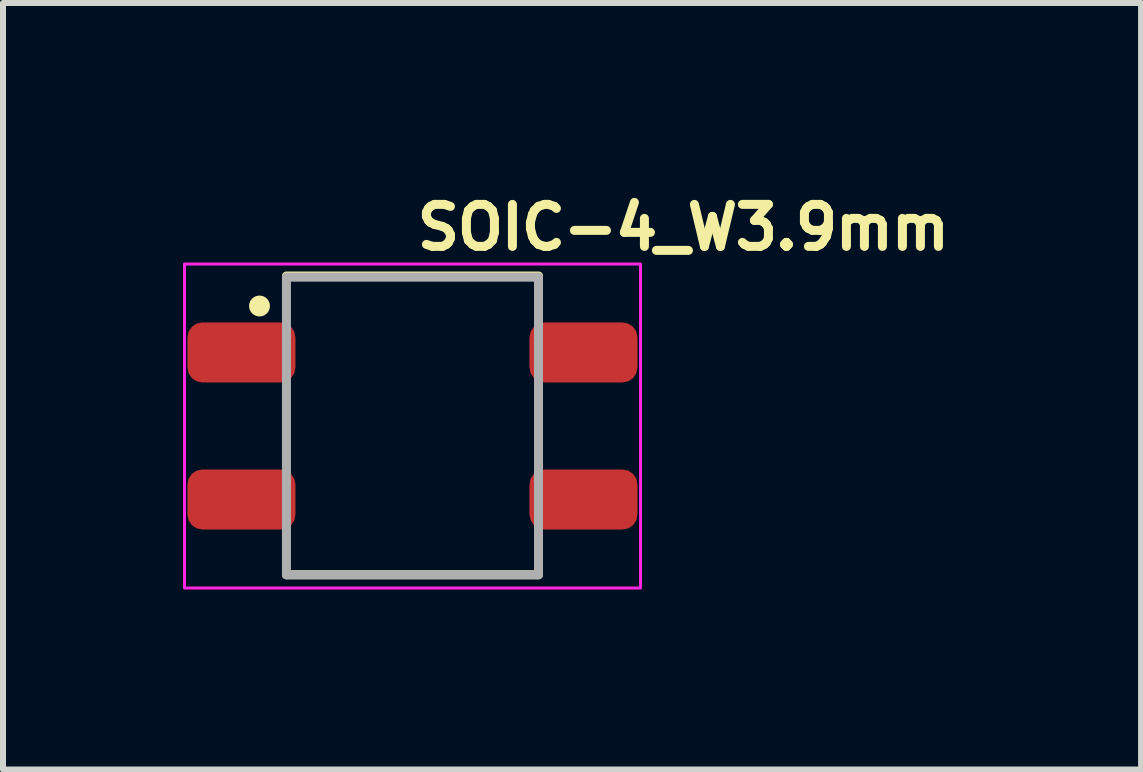
<source format=kicad_pcb>
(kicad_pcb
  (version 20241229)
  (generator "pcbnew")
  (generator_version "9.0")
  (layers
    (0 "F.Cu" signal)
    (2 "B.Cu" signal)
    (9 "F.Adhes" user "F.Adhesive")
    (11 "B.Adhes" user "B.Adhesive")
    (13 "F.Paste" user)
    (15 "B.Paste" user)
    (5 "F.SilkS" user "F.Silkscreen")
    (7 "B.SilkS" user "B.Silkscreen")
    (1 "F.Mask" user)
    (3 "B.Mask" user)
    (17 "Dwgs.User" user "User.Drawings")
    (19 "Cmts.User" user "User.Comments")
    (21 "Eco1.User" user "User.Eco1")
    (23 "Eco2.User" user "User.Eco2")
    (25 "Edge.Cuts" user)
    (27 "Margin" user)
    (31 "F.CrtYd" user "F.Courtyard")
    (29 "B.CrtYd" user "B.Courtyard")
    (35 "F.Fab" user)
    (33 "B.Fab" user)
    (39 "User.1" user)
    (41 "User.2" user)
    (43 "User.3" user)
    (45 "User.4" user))
  (footprint "SOIC-4_W3.9mm"
    (layer "F.Cu")
    (at 3.825 4.05)
    (property "Reference" "SOIC-4_W3.9mm" (at 0 -2.9 0) (layer "F.SilkS") (effects (font (size 0.7 0.7) (thickness 0.15)) (justify left bottom)))
    (attr smd)
    (fp_line (start -2.101 2.479) (end 2.1 2.479) (stroke (width 0.15) (type solid)) (layer "F.SilkS"))
    (fp_line (start -2.1 -2.5) (end 2.101 -2.5) (stroke (width 0.15) (type solid)) (layer "F.SilkS"))
    (fp_circle (center -2.55 -2) (end -2.451 -2) (stroke (width 0.15) (type solid)) (fill yes) (layer "F.SilkS"))
    (fp_rect (start -3.8 -2.7) (end 3.8 2.7) (stroke (width 0.05) (type solid)) (fill no) (layer "F.CrtYd"))
    (fp_line (start -2.101 -2.48) (end 2.1 -2.48) (stroke (width 0.15) (type solid)) (layer "F.Fab"))
    (fp_line (start -2.101 2.479) (end -2.101 -2.48) (stroke (width 0.15) (type solid)) (layer "F.Fab"))
    (fp_line (start 2.1 -2.48) (end 2.1 2.479) (stroke (width 0.15) (type solid)) (layer "F.Fab"))
    (fp_line (start 2.1 2.479) (end -2.101 2.479) (stroke (width 0.15) (type solid)) (layer "F.Fab"))
    (fp_rect (start -3.351 -2.363) (end 3.35 2.362) (stroke (width 0.1) (type solid)) (fill no) (layer "User.5"))
    (fp_line (start -3.351 -1.543) (end -3.351 -0.909) (stroke (width 0.02) (type solid)) (layer "User.9"))
    (fp_line (start -3.351 1.542) (end -3.351 0.907) (stroke (width 0.02) (type solid)) (layer "User.9"))
    (fp_line (start -3.04 -1.543) (end -3.351 -1.543) (stroke (width 0.02) (type solid)) (layer "User.9"))
    (fp_line (start -3.04 -0.909) (end -3.351 -0.909) (stroke (width 0.02) (type solid)) (layer "User.9"))
    (fp_line (start -3.04 0.907) (end -3.351 0.907) (stroke (width 0.02) (type solid)) (layer "User.9"))
    (fp_line (start -3.04 1.542) (end -3.351 1.542) (stroke (width 0.02) (type solid)) (layer "User.9"))
    (fp_line (start -2.746 -1.543) (end -3.04 -1.543) (stroke (width 0.02) (type solid)) (layer "User.9"))
    (fp_line (start -2.746 -1.543) (end -2.746 -1.543) (stroke (width 0.02) (type solid)) (layer "User.9"))
    (fp_line (start -2.746 -0.909) (end -3.04 -0.909) (stroke (width 0.02) (type solid)) (layer "User.9"))
    (fp_line (start -2.746 -0.909) (end -2.746 -0.909) (stroke (width 0.02) (type solid)) (layer "User.9"))
    (fp_line (start -2.746 0.907) (end -3.04 0.907) (stroke (width 0.02) (type solid)) (layer "User.9"))
    (fp_line (start -2.746 0.907) (end -2.746 0.907) (stroke (width 0.02) (type solid)) (layer "User.9"))
    (fp_line (start -2.746 1.542) (end -3.04 1.542) (stroke (width 0.02) (type solid)) (layer "User.9"))
    (fp_line (start -2.746 1.542) (end -2.746 1.542) (stroke (width 0.02) (type solid)) (layer "User.9"))
    (fp_line (start -2.628 -1.543) (end -2.746 -1.543) (stroke (width 0.02) (type solid)) (layer "User.9"))
    (fp_line (start -2.628 -1.543) (end -2.628 -0.909) (stroke (width 0.02) (type solid)) (layer "User.9"))
    (fp_line (start -2.628 -0.909) (end -2.746 -0.909) (stroke (width 0.02) (type solid)) (layer "User.9"))
    (fp_line (start -2.628 0.907) (end -2.746 0.907) (stroke (width 0.02) (type solid)) (layer "User.9"))
    (fp_line (start -2.628 1.542) (end -2.746 1.542) (stroke (width 0.02) (type solid)) (layer "User.9"))
    (fp_line (start -2.628 1.542) (end -2.628 0.907) (stroke (width 0.02) (type solid)) (layer "User.9"))
    (fp_line (start -2.612 -1.543) (end -2.628 -1.543) (stroke (width 0.02) (type solid)) (layer "User.9"))
    (fp_line (start -2.612 -1.543) (end -2.612 -1.543) (stroke (width 0.02) (type solid)) (layer "User.9"))
    (fp_line (start -2.612 -0.909) (end -2.628 -0.909) (stroke (width 0.02) (type solid)) (layer "User.9"))
    (fp_line (start -2.612 -0.909) (end -2.612 -0.909) (stroke (width 0.02) (type solid)) (layer "User.9"))
    (fp_line (start -2.612 0.907) (end -2.628 0.907) (stroke (width 0.02) (type solid)) (layer "User.9"))
    (fp_line (start -2.612 0.907) (end -2.612 0.907) (stroke (width 0.02) (type solid)) (layer "User.9"))
    (fp_line (start -2.612 1.542) (end -2.628 1.542) (stroke (width 0.02) (type solid)) (layer "User.9"))
    (fp_line (start -2.612 1.542) (end -2.612 1.542) (stroke (width 0.02) (type solid)) (layer "User.9"))
    (fp_line (start -2.565 -1.543) (end -2.612 -1.543) (stroke (width 0.02) (type solid)) (layer "User.9"))
    (fp_line (start -2.565 -1.543) (end -2.565 -1.543) (stroke (width 0.02) (type solid)) (layer "User.9"))
    (fp_line (start -2.565 -0.909) (end -2.612 -0.909) (stroke (width 0.02) (type solid)) (layer "User.9"))
    (fp_line (start -2.565 -0.909) (end -2.565 -0.909) (stroke (width 0.02) (type solid)) (layer "User.9"))
    (fp_line (start -2.565 0.907) (end -2.612 0.907) (stroke (width 0.02) (type solid)) (layer "User.9"))
    (fp_line (start -2.565 0.907) (end -2.565 0.907) (stroke (width 0.02) (type solid)) (layer "User.9"))
    (fp_line (start -2.565 1.542) (end -2.612 1.542) (stroke (width 0.02) (type solid)) (layer "User.9"))
    (fp_line (start -2.565 1.542) (end -2.565 1.542) (stroke (width 0.02) (type solid)) (layer "User.9"))
    (fp_line (start -2.492 -1.543) (end -2.565 -1.543) (stroke (width 0.02) (type solid)) (layer "User.9"))
    (fp_line (start -2.492 -1.543) (end -2.492 -1.543) (stroke (width 0.02) (type solid)) (layer "User.9"))
    (fp_line (start -2.492 -0.909) (end -2.565 -0.909) (stroke (width 0.02) (type solid)) (layer "User.9"))
    (fp_line (start -2.492 -0.909) (end -2.492 -0.909) (stroke (width 0.02) (type solid)) (layer "User.9"))
    (fp_line (start -2.492 0.907) (end -2.565 0.907) (stroke (width 0.02) (type solid)) (layer "User.9"))
    (fp_line (start -2.492 0.907) (end -2.492 0.907) (stroke (width 0.02) (type solid)) (layer "User.9"))
    (fp_line (start -2.492 1.542) (end -2.565 1.542) (stroke (width 0.02) (type solid)) (layer "User.9"))
    (fp_line (start -2.492 1.542) (end -2.492 1.542) (stroke (width 0.02) (type solid)) (layer "User.9"))
    (fp_line (start -2.445 -1.543) (end -2.492 -1.543) (stroke (width 0.02) (type solid)) (layer "User.9"))
    (fp_line (start -2.445 -1.543) (end -2.445 -1.543) (stroke (width 0.02) (type solid)) (layer "User.9"))
    (fp_line (start -2.445 -0.909) (end -2.492 -0.909) (stroke (width 0.02) (type solid)) (layer "User.9"))
    (fp_line (start -2.445 -0.909) (end -2.445 -0.909) (stroke (width 0.02) (type solid)) (layer "User.9"))
    (fp_line (start -2.445 0.907) (end -2.492 0.907) (stroke (width 0.02) (type solid)) (layer "User.9"))
    (fp_line (start -2.445 0.907) (end -2.445 0.907) (stroke (width 0.02) (type solid)) (layer "User.9"))
    (fp_line (start -2.445 1.542) (end -2.492 1.542) (stroke (width 0.02) (type solid)) (layer "User.9"))
    (fp_line (start -2.445 1.542) (end -2.445 1.542) (stroke (width 0.02) (type solid)) (layer "User.9"))
    (fp_line (start -2.007 -1.543) (end -2.445 -1.543) (stroke (width 0.02) (type solid)) (layer "User.9"))
    (fp_line (start -2.007 -0.909) (end -2.445 -0.909) (stroke (width 0.02) (type solid)) (layer "User.9"))
    (fp_line (start -2.007 0.907) (end -2.445 0.907) (stroke (width 0.02) (type solid)) (layer "User.9"))
    (fp_line (start -2.007 1.542) (end -2.445 1.542) (stroke (width 0.02) (type solid)) (layer "User.9"))
    (fp_line (start -1.95 -2.363) (end -1.95 2.362) (stroke (width 0.02) (type solid)) (layer "User.9"))
    (fp_line (start -1.95 -1.543) (end -2.007 -1.543) (stroke (width 0.02) (type solid)) (layer "User.9"))
    (fp_line (start -1.95 -0.909) (end -2.007 -0.909) (stroke (width 0.02) (type solid)) (layer "User.9"))
    (fp_line (start -1.95 0.907) (end -2.007 0.907) (stroke (width 0.02) (type solid)) (layer "User.9"))
    (fp_line (start -1.95 1.542) (end -2.007 1.542) (stroke (width 0.02) (type solid)) (layer "User.9"))
    (fp_line (start -1.95 2.362) (end 1.449 2.362) (stroke (width 0.02) (type solid)) (layer "User.9"))
    (fp_line (start 1.449 -2.363) (end -1.95 -2.363) (stroke (width 0.02) (type solid)) (layer "User.9"))
    (fp_line (start 1.449 -2.363) (end 1.949 -2.363) (stroke (width 0.02) (type solid)) (layer "User.9"))
    (fp_line (start 1.449 2.362) (end 1.449 -2.363) (stroke (width 0.02) (type solid)) (layer "User.9"))
    (fp_line (start 1.949 -2.363) (end 1.949 2.362) (stroke (width 0.02) (type solid)) (layer "User.9"))
    (fp_line (start 1.949 -1.543) (end 2.004 -1.543) (stroke (width 0.02) (type solid)) (layer "User.9"))
    (fp_line (start 1.949 -0.909) (end 2.004 -0.909) (stroke (width 0.02) (type solid)) (layer "User.9"))
    (fp_line (start 1.949 0.907) (end 2.004 0.907) (stroke (width 0.02) (type solid)) (layer "User.9"))
    (fp_line (start 1.949 1.542) (end 2.004 1.542) (stroke (width 0.02) (type solid)) (layer "User.9"))
    (fp_line (start 1.949 2.362) (end 1.449 2.362) (stroke (width 0.02) (type solid)) (layer "User.9"))
    (fp_line (start 2.004 -1.543) (end 2.443 -1.543) (stroke (width 0.02) (type solid)) (layer "User.9"))
    (fp_line (start 2.004 -0.909) (end 2.443 -0.909) (stroke (width 0.02) (type solid)) (layer "User.9"))
    (fp_line (start 2.004 0.907) (end 2.443 0.907) (stroke (width 0.02) (type solid)) (layer "User.9"))
    (fp_line (start 2.004 1.542) (end 2.443 1.542) (stroke (width 0.02) (type solid)) (layer "User.9"))
    (fp_line (start 2.443 -1.543) (end 2.443 -1.543) (stroke (width 0.02) (type solid)) (layer "User.9"))
    (fp_line (start 2.443 -1.543) (end 2.49 -1.543) (stroke (width 0.02) (type solid)) (layer "User.9"))
    (fp_line (start 2.443 -0.909) (end 2.443 -0.909) (stroke (width 0.02) (type solid)) (layer "User.9"))
    (fp_line (start 2.443 -0.909) (end 2.49 -0.909) (stroke (width 0.02) (type solid)) (layer "User.9"))
    (fp_line (start 2.443 0.907) (end 2.443 0.907) (stroke (width 0.02) (type solid)) (layer "User.9"))
    (fp_line (start 2.443 0.907) (end 2.49 0.907) (stroke (width 0.02) (type solid)) (layer "User.9"))
    (fp_line (start 2.443 1.542) (end 2.443 1.542) (stroke (width 0.02) (type solid)) (layer "User.9"))
    (fp_line (start 2.443 1.542) (end 2.49 1.542) (stroke (width 0.02) (type solid)) (layer "User.9"))
    (fp_line (start 2.49 -1.543) (end 2.49 -1.543) (stroke (width 0.02) (type solid)) (layer "User.9"))
    (fp_line (start 2.49 -1.543) (end 2.564 -1.543) (stroke (width 0.02) (type solid)) (layer "User.9"))
    (fp_line (start 2.49 -0.909) (end 2.49 -0.909) (stroke (width 0.02) (type solid)) (layer "User.9"))
    (fp_line (start 2.49 -0.909) (end 2.564 -0.909) (stroke (width 0.02) (type solid)) (layer "User.9"))
    (fp_line (start 2.49 0.907) (end 2.49 0.907) (stroke (width 0.02) (type solid)) (layer "User.9"))
    (fp_line (start 2.49 0.907) (end 2.564 0.907) (stroke (width 0.02) (type solid)) (layer "User.9"))
    (fp_line (start 2.49 1.542) (end 2.49 1.542) (stroke (width 0.02) (type solid)) (layer "User.9"))
    (fp_line (start 2.49 1.542) (end 2.564 1.542) (stroke (width 0.02) (type solid)) (layer "User.9"))
    (fp_line (start 2.564 -1.543) (end 2.564 -1.543) (stroke (width 0.02) (type solid)) (layer "User.9"))
    (fp_line (start 2.564 -1.543) (end 2.609 -1.543) (stroke (width 0.02) (type solid)) (layer "User.9"))
    (fp_line (start 2.564 -0.909) (end 2.564 -0.909) (stroke (width 0.02) (type solid)) (layer "User.9"))
    (fp_line (start 2.564 -0.909) (end 2.609 -0.909) (stroke (width 0.02) (type solid)) (layer "User.9"))
    (fp_line (start 2.564 0.907) (end 2.564 0.907) (stroke (width 0.02) (type solid)) (layer "User.9"))
    (fp_line (start 2.564 0.907) (end 2.609 0.907) (stroke (width 0.02) (type solid)) (layer "User.9"))
    (fp_line (start 2.564 1.542) (end 2.564 1.542) (stroke (width 0.02) (type solid)) (layer "User.9"))
    (fp_line (start 2.564 1.542) (end 2.609 1.542) (stroke (width 0.02) (type solid)) (layer "User.9"))
    (fp_line (start 2.609 -1.543) (end 2.609 -1.543) (stroke (width 0.02) (type solid)) (layer "User.9"))
    (fp_line (start 2.609 -1.543) (end 2.625 -1.543) (stroke (width 0.02) (type solid)) (layer "User.9"))
    (fp_line (start 2.609 -0.909) (end 2.609 -0.909) (stroke (width 0.02) (type solid)) (layer "User.9"))
    (fp_line (start 2.609 -0.909) (end 2.625 -0.909) (stroke (width 0.02) (type solid)) (layer "User.9"))
    (fp_line (start 2.609 0.907) (end 2.609 0.907) (stroke (width 0.02) (type solid)) (layer "User.9"))
    (fp_line (start 2.609 0.907) (end 2.625 0.907) (stroke (width 0.02) (type solid)) (layer "User.9"))
    (fp_line (start 2.609 1.542) (end 2.609 1.542) (stroke (width 0.02) (type solid)) (layer "User.9"))
    (fp_line (start 2.609 1.542) (end 2.625 1.542) (stroke (width 0.02) (type solid)) (layer "User.9"))
    (fp_line (start 2.625 -1.543) (end 2.625 -0.909) (stroke (width 0.02) (type solid)) (layer "User.9"))
    (fp_line (start 2.625 -1.543) (end 2.745 -1.543) (stroke (width 0.02) (type solid)) (layer "User.9"))
    (fp_line (start 2.625 -0.909) (end 2.745 -0.909) (stroke (width 0.02) (type solid)) (layer "User.9"))
    (fp_line (start 2.625 0.907) (end 2.745 0.907) (stroke (width 0.02) (type solid)) (layer "User.9"))
    (fp_line (start 2.625 1.542) (end 2.625 0.907) (stroke (width 0.02) (type solid)) (layer "User.9"))
    (fp_line (start 2.625 1.542) (end 2.745 1.542) (stroke (width 0.02) (type solid)) (layer "User.9"))
    (fp_line (start 2.745 -1.543) (end 2.745 -1.543) (stroke (width 0.02) (type solid)) (layer "User.9"))
    (fp_line (start 2.745 -1.543) (end 3.038 -1.543) (stroke (width 0.02) (type solid)) (layer "User.9"))
    (fp_line (start 2.745 -0.909) (end 2.745 -0.909) (stroke (width 0.02) (type solid)) (layer "User.9"))
    (fp_line (start 2.745 -0.909) (end 3.038 -0.909) (stroke (width 0.02) (type solid)) (layer "User.9"))
    (fp_line (start 2.745 0.907) (end 2.745 0.907) (stroke (width 0.02) (type solid)) (layer "User.9"))
    (fp_line (start 2.745 0.907) (end 3.038 0.907) (stroke (width 0.02) (type solid)) (layer "User.9"))
    (fp_line (start 2.745 1.542) (end 2.745 1.542) (stroke (width 0.02) (type solid)) (layer "User.9"))
    (fp_line (start 2.745 1.542) (end 3.038 1.542) (stroke (width 0.02) (type solid)) (layer "User.9"))
    (fp_line (start 3.038 -1.543) (end 3.35 -1.543) (stroke (width 0.02) (type solid)) (layer "User.9"))
    (fp_line (start 3.038 -0.909) (end 3.35 -0.909) (stroke (width 0.02) (type solid)) (layer "User.9"))
    (fp_line (start 3.038 0.907) (end 3.35 0.907) (stroke (width 0.02) (type solid)) (layer "User.9"))
    (fp_line (start 3.038 1.542) (end 3.35 1.542) (stroke (width 0.02) (type solid)) (layer "User.9"))
    (fp_line (start 3.35 -1.543) (end 3.35 -0.909) (stroke (width 0.02) (type solid)) (layer "User.9"))
    (fp_line (start 3.35 1.542) (end 3.35 0.907) (stroke (width 0.02) (type solid)) (layer "User.9"))
    (pad "1" smd roundrect (at -2.851 -1.226) (size 1.8 1) (layers "F.Cu" "F.Mask" "F.Paste") (roundrect_rratio 0.25))
    (pad "2" smd roundrect (at -2.851 1.225) (size 1.8 1) (layers "F.Cu" "F.Mask" "F.Paste") (roundrect_rratio 0.25))
    (pad "3" smd roundrect (at 2.85 1.225) (size 1.8 1) (layers "F.Cu" "F.Mask" "F.Paste") (roundrect_rratio 0.25))
    (pad "4" smd roundrect (at 2.85 -1.226) (size 1.8 1) (layers "F.Cu" "F.Mask" "F.Paste") (roundrect_rratio 0.25)))
  (gr_rect
    (start -3 -3)
    (end 15.968 9.775)
    (stroke (width 0.1) (type default))
    (fill no)
    (layer "Edge.Cuts")))
</source>
